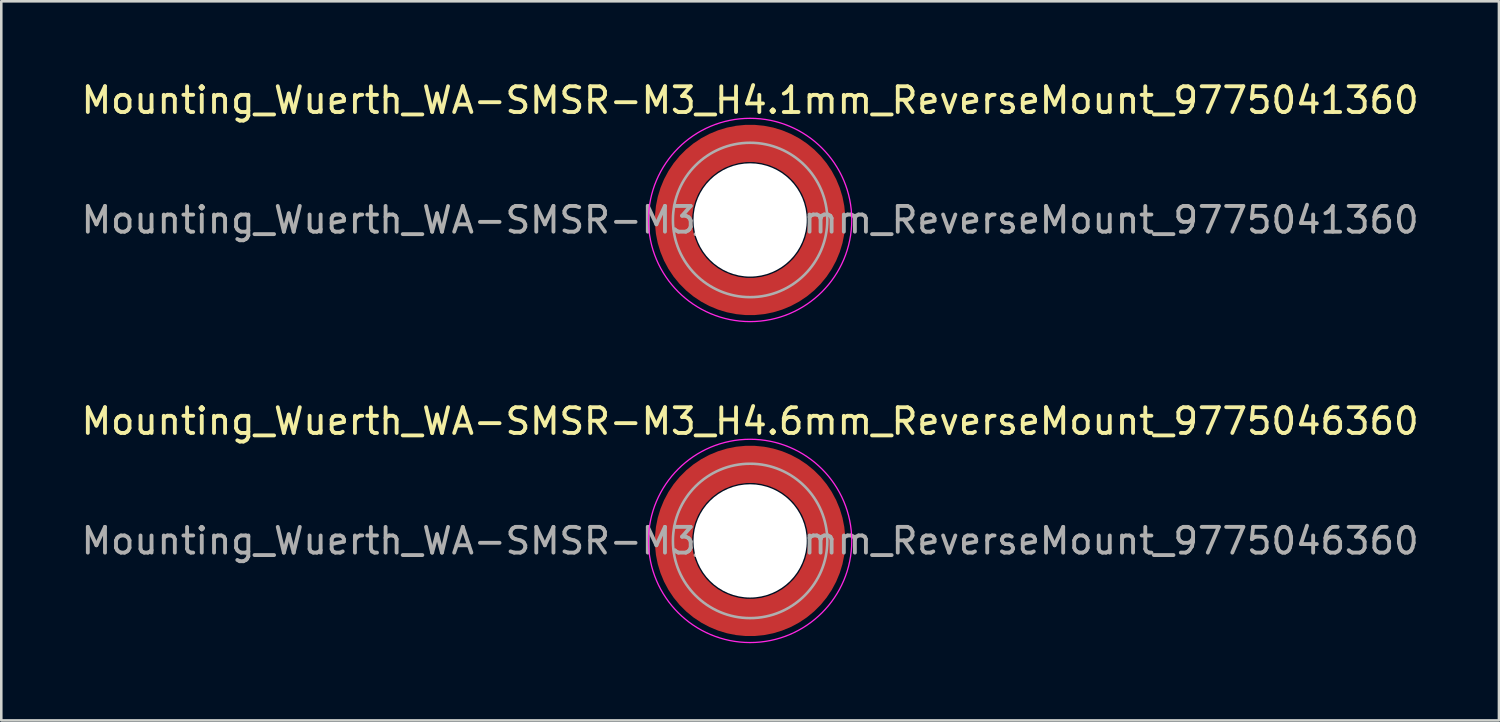
<source format=kicad_pcb>
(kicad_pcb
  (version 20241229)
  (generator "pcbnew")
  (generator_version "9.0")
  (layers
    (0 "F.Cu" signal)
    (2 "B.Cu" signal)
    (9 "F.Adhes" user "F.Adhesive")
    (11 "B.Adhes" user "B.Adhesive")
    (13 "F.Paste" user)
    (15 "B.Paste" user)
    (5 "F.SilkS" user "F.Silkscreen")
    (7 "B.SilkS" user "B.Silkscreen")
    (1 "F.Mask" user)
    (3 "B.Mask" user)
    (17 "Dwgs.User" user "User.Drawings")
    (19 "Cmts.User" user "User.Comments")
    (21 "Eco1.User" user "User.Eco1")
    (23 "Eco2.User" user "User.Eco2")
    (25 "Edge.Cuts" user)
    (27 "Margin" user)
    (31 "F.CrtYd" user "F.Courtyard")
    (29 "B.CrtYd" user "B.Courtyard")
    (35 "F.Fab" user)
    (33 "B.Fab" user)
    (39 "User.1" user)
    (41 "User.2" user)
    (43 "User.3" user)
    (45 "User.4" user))
  (footprint "Mounting_Wuerth_WA-SMSR-M3_H4.1mm_ReverseMount_9775041360"
    (layer "F.Cu")
    (at 26.101 5.498)
    (property "Reference" "Mounting_Wuerth_WA-SMSR-M3_H4.1mm_ReverseMount_9775041360" (at 0 -4.65 0) (layer "F.SilkS") (effects (font (size 1 1) (thickness 0.15))))
    (attr smd)
    (fp_circle (center 0 0) (end 3.95 0) (stroke (width 0.05) (type solid)) (fill no) (layer "F.CrtYd"))
    (fp_circle (center 0 0) (end 3 0) (stroke (width 0.1) (type solid)) (fill no) (layer "F.Fab"))
    (fp_text user "${REFERENCE}" (at 0 0 0) (layer "F.Fab") (effects (font (size 1 1) (thickness 0.15))))
    (pad "" smd custom (at -2.095 -2.095) (size 0.945 0.945) (layers "F.Paste") (options (anchor circle)) (primitives (gr_arc (start -0.24231 1.594804) (mid 0.404104 0.405534) (end 1.592827 -0.241886) (width 0.2)) (gr_arc (start -0.3398 1.594804) (mid 0.335987 0.338711) (end 1.591031 -0.339022) (width 0.2)) (gr_arc (start -0.437132 1.594804) (mid 0.268952 0.270807) (end 1.592231 -0.436623) (width 0.2)) (gr_arc (start -0.534324 1.594804) (mid 0.201345 0.203474) (end 1.591846 -0.53376) (width 0.2)) (gr_arc (start -0.631391 1.594804) (mid 0.134696 0.135183) (end 1.594126 -0.631267) (width 0.2)) (gr_arc (start -0.728345 1.594804) (mid 0.067234 0.067705) (end 1.594149 -0.728229) (width 0.2)) (gr_arc (start -0.825197 1.594804) (mid -0.001218 0.001219) (end 1.591408 -0.824614) (width 0.2)) (gr_arc (start -0.921958 1.594804) (mid -0.068952 -0.065985) (end 1.590665 -0.921269) (width 0.2)) (gr_arc (start -1.018637 1.594804) (mid -0.135972 -0.133907) (end 1.59192 -1.018172) (width 0.2)) (gr_arc (start -1.115239 1.594804) (mid -0.20428 -0.200537) (end 1.589574 -1.11442) (width 0.2)) (gr_arc (start -1.211773 1.594804) (mid -0.26993 -0.269828) (end 1.594662 -1.211751) (width 0.2)) (gr_arc (start -1.308244 1.594804) (mid -0.33911 -0.335587) (end 1.589875 -1.307516) (width 0.2)) (gr_arc (start -1.404657 1.594804) (mid -0.405633 -0.404004) (end 1.592524 -1.404331) (width 0.2)) (gr_arc (start -1.404657 1.594804) (mid -0.405633 -0.404004) (end 1.592524 -1.404331) (width 0.2)) (gr_line (start 1.595 -0.242) (end 1.595 -1.405) (width 0.2)) (gr_line (start -0.242 1.595) (end -1.405 1.595) (width 0.2))))
    (pad "" smd custom (at -2.095 2.095) (size 0.945 0.945) (layers "F.Paste") (options (anchor circle)) (primitives (gr_arc (start 1.594804 0.24231) (mid 0.405534 -0.404104) (end -0.241886 -1.592827) (width 0.2)) (gr_arc (start 1.594804 0.3398) (mid 0.338711 -0.335987) (end -0.339022 -1.591031) (width 0.2)) (gr_arc (start 1.594804 0.437132) (mid 0.270807 -0.268952) (end -0.436623 -1.592231) (width 0.2)) (gr_arc (start 1.594804 0.534324) (mid 0.203474 -0.201345) (end -0.53376 -1.591846) (width 0.2)) (gr_arc (start 1.594804 0.631391) (mid 0.135183 -0.134696) (end -0.631267 -1.594126) (width 0.2)) (gr_arc (start 1.594804 0.728345) (mid 0.067705 -0.067234) (end -0.728229 -1.594149) (width 0.2)) (gr_arc (start 1.594804 0.825197) (mid 0.001219 0.001218) (end -0.824614 -1.591408) (width 0.2)) (gr_arc (start 1.594804 0.921958) (mid -0.065985 0.068952) (end -0.921269 -1.590665) (width 0.2)) (gr_arc (start 1.594804 1.018637) (mid -0.133907 0.135972) (end -1.018172 -1.59192) (width 0.2)) (gr_arc (start 1.594804 1.115239) (mid -0.200537 0.20428) (end -1.11442 -1.589574) (width 0.2)) (gr_arc (start 1.594804 1.211773) (mid -0.269828 0.26993) (end -1.211751 -1.594662) (width 0.2)) (gr_arc (start 1.594804 1.308244) (mid -0.335587 0.33911) (end -1.307516 -1.589875) (width 0.2)) (gr_arc (start 1.594804 1.404657) (mid -0.404004 0.405633) (end -1.404331 -1.592524) (width 0.2)) (gr_arc (start 1.594804 1.404657) (mid -0.404004 0.405633) (end -1.404331 -1.592524) (width 0.2)) (gr_line (start -0.242 -1.595) (end -1.405 -1.595) (width 0.2)) (gr_line (start 1.595 0.242) (end 1.595 1.405) (width 0.2))))
    (pad "" np_thru_hole circle (at 0 0) (size 4.4 4.4) (drill 4.4) (layers "*.Cu" "*.Mask"))
    (pad "" smd custom (at 2.095 -2.095) (size 0.945 0.945) (layers "F.Paste") (options (anchor circle)) (primitives (gr_arc (start -1.594804 -0.24231) (mid -0.405534 0.404104) (end 0.241886 1.592827) (width 0.2)) (gr_arc (start -1.594804 -0.3398) (mid -0.338711 0.335987) (end 0.339022 1.591031) (width 0.2)) (gr_arc (start -1.594804 -0.437132) (mid -0.270807 0.268952) (end 0.436623 1.592231) (width 0.2)) (gr_arc (start -1.594804 -0.534324) (mid -0.203474 0.201345) (end 0.53376 1.591846) (width 0.2)) (gr_arc (start -1.594804 -0.631391) (mid -0.135183 0.134696) (end 0.631267 1.594126) (width 0.2)) (gr_arc (start -1.594804 -0.728345) (mid -0.067705 0.067234) (end 0.728229 1.594149) (width 0.2)) (gr_arc (start -1.594804 -0.825197) (mid -0.001219 -0.001218) (end 0.824614 1.591408) (width 0.2)) (gr_arc (start -1.594804 -0.921958) (mid 0.065985 -0.068952) (end 0.921269 1.590665) (width 0.2)) (gr_arc (start -1.594804 -1.018637) (mid 0.133907 -0.135972) (end 1.018172 1.59192) (width 0.2)) (gr_arc (start -1.594804 -1.115239) (mid 0.200537 -0.20428) (end 1.11442 1.589574) (width 0.2)) (gr_arc (start -1.594804 -1.211773) (mid 0.269828 -0.26993) (end 1.211751 1.594662) (width 0.2)) (gr_arc (start -1.594804 -1.308244) (mid 0.335587 -0.33911) (end 1.307516 1.589875) (width 0.2)) (gr_arc (start -1.594804 -1.404657) (mid 0.404004 -0.405633) (end 1.404331 1.592524) (width 0.2)) (gr_arc (start -1.594804 -1.404657) (mid 0.404004 -0.405633) (end 1.404331 1.592524) (width 0.2)) (gr_line (start 0.242 1.595) (end 1.405 1.595) (width 0.2)) (gr_line (start -1.595 -0.242) (end -1.595 -1.405) (width 0.2))))
    (pad "" smd custom (at 2.095 2.095) (size 0.945 0.945) (layers "F.Paste") (options (anchor circle)) (primitives (gr_arc (start 0.24231 -1.594804) (mid -0.404104 -0.405534) (end -1.592827 0.241886) (width 0.2)) (gr_arc (start 0.3398 -1.594804) (mid -0.335987 -0.338711) (end -1.591031 0.339022) (width 0.2)) (gr_arc (start 0.437132 -1.594804) (mid -0.268952 -0.270807) (end -1.592231 0.436623) (width 0.2)) (gr_arc (start 0.534324 -1.594804) (mid -0.201345 -0.203474) (end -1.591846 0.53376) (width 0.2)) (gr_arc (start 0.631391 -1.594804) (mid -0.134696 -0.135183) (end -1.594126 0.631267) (width 0.2)) (gr_arc (start 0.728345 -1.594804) (mid -0.067234 -0.067705) (end -1.594149 0.728229) (width 0.2)) (gr_arc (start 0.825197 -1.594804) (mid 0.001218 -0.001219) (end -1.591408 0.824614) (width 0.2)) (gr_arc (start 0.921958 -1.594804) (mid 0.068952 0.065985) (end -1.590665 0.921269) (width 0.2)) (gr_arc (start 1.018637 -1.594804) (mid 0.135972 0.133907) (end -1.59192 1.018172) (width 0.2)) (gr_arc (start 1.115239 -1.594804) (mid 0.20428 0.200537) (end -1.589574 1.11442) (width 0.2)) (gr_arc (start 1.211773 -1.594804) (mid 0.26993 0.269828) (end -1.594662 1.211751) (width 0.2)) (gr_arc (start 1.308244 -1.594804) (mid 0.33911 0.335587) (end -1.589875 1.307516) (width 0.2)) (gr_arc (start 1.404657 -1.594804) (mid 0.405633 0.404004) (end -1.592524 1.404331) (width 0.2)) (gr_arc (start 1.404657 -1.594804) (mid 0.405633 0.404004) (end -1.592524 1.404331) (width 0.2)) (gr_line (start -1.595 0.242) (end -1.595 1.405) (width 0.2)) (gr_line (start 0.242 -1.595) (end 1.405 -1.595) (width 0.2))))
    (pad "1" smd circle (at -2.975 0) (size 1.05 1.05) (layers "F.Cu"))
    (pad "1" smd circle (at 0 -2.975) (size 1.05 1.05) (layers "F.Cu"))
    (pad "1" smd circle (at 0 2.975) (size 1.05 1.05) (layers "F.Cu"))
    (pad "1" smd custom (at 2.975 0) (size 1.05 1.05) (layers "F.Cu" "F.Mask") (options (anchor circle)) (primitives (gr_circle (center -2.975 0) (end 0 0) (width 1.45) (fill no)))))
  (footprint "Mounting_Wuerth_WA-SMSR-M3_H4.6mm_ReverseMount_9775046360"
    (layer "F.Cu")
    (at 26.101 17.971)
    (property "Reference" "Mounting_Wuerth_WA-SMSR-M3_H4.6mm_ReverseMount_9775046360" (at 0 -4.65 0) (layer "F.SilkS") (effects (font (size 1 1) (thickness 0.15))))
    (attr smd)
    (fp_circle (center 0 0) (end 3.95 0) (stroke (width 0.05) (type solid)) (fill no) (layer "F.CrtYd"))
    (fp_circle (center 0 0) (end 3 0) (stroke (width 0.1) (type solid)) (fill no) (layer "F.Fab"))
    (fp_text user "${REFERENCE}" (at 0 0 0) (layer "F.Fab") (effects (font (size 1 1) (thickness 0.15))))
    (pad "" smd custom (at -2.095 -2.095) (size 0.945 0.945) (layers "F.Paste") (options (anchor circle)) (primitives (gr_arc (start -0.24231 1.594804) (mid 0.404104 0.405534) (end 1.592827 -0.241886) (width 0.2)) (gr_arc (start -0.3398 1.594804) (mid 0.335987 0.338711) (end 1.591031 -0.339022) (width 0.2)) (gr_arc (start -0.437132 1.594804) (mid 0.268952 0.270807) (end 1.592231 -0.436623) (width 0.2)) (gr_arc (start -0.534324 1.594804) (mid 0.201345 0.203474) (end 1.591846 -0.53376) (width 0.2)) (gr_arc (start -0.631391 1.594804) (mid 0.134696 0.135183) (end 1.594126 -0.631267) (width 0.2)) (gr_arc (start -0.728345 1.594804) (mid 0.067234 0.067705) (end 1.594149 -0.728229) (width 0.2)) (gr_arc (start -0.825197 1.594804) (mid -0.001218 0.001219) (end 1.591408 -0.824614) (width 0.2)) (gr_arc (start -0.921958 1.594804) (mid -0.068952 -0.065985) (end 1.590665 -0.921269) (width 0.2)) (gr_arc (start -1.018637 1.594804) (mid -0.135972 -0.133907) (end 1.59192 -1.018172) (width 0.2)) (gr_arc (start -1.115239 1.594804) (mid -0.20428 -0.200537) (end 1.589574 -1.11442) (width 0.2)) (gr_arc (start -1.211773 1.594804) (mid -0.26993 -0.269828) (end 1.594662 -1.211751) (width 0.2)) (gr_arc (start -1.308244 1.594804) (mid -0.33911 -0.335587) (end 1.589875 -1.307516) (width 0.2)) (gr_arc (start -1.404657 1.594804) (mid -0.405633 -0.404004) (end 1.592524 -1.404331) (width 0.2)) (gr_arc (start -1.404657 1.594804) (mid -0.405633 -0.404004) (end 1.592524 -1.404331) (width 0.2)) (gr_line (start 1.595 -0.242) (end 1.595 -1.405) (width 0.2)) (gr_line (start -0.242 1.595) (end -1.405 1.595) (width 0.2))))
    (pad "" smd custom (at -2.095 2.095) (size 0.945 0.945) (layers "F.Paste") (options (anchor circle)) (primitives (gr_arc (start 1.594804 0.24231) (mid 0.405534 -0.404104) (end -0.241886 -1.592827) (width 0.2)) (gr_arc (start 1.594804 0.3398) (mid 0.338711 -0.335987) (end -0.339022 -1.591031) (width 0.2)) (gr_arc (start 1.594804 0.437132) (mid 0.270807 -0.268952) (end -0.436623 -1.592231) (width 0.2)) (gr_arc (start 1.594804 0.534324) (mid 0.203474 -0.201345) (end -0.53376 -1.591846) (width 0.2)) (gr_arc (start 1.594804 0.631391) (mid 0.135183 -0.134696) (end -0.631267 -1.594126) (width 0.2)) (gr_arc (start 1.594804 0.728345) (mid 0.067705 -0.067234) (end -0.728229 -1.594149) (width 0.2)) (gr_arc (start 1.594804 0.825197) (mid 0.001219 0.001218) (end -0.824614 -1.591408) (width 0.2)) (gr_arc (start 1.594804 0.921958) (mid -0.065985 0.068952) (end -0.921269 -1.590665) (width 0.2)) (gr_arc (start 1.594804 1.018637) (mid -0.133907 0.135972) (end -1.018172 -1.59192) (width 0.2)) (gr_arc (start 1.594804 1.115239) (mid -0.200537 0.20428) (end -1.11442 -1.589574) (width 0.2)) (gr_arc (start 1.594804 1.211773) (mid -0.269828 0.26993) (end -1.211751 -1.594662) (width 0.2)) (gr_arc (start 1.594804 1.308244) (mid -0.335587 0.33911) (end -1.307516 -1.589875) (width 0.2)) (gr_arc (start 1.594804 1.404657) (mid -0.404004 0.405633) (end -1.404331 -1.592524) (width 0.2)) (gr_arc (start 1.594804 1.404657) (mid -0.404004 0.405633) (end -1.404331 -1.592524) (width 0.2)) (gr_line (start -0.242 -1.595) (end -1.405 -1.595) (width 0.2)) (gr_line (start 1.595 0.242) (end 1.595 1.405) (width 0.2))))
    (pad "" np_thru_hole circle (at 0 0) (size 4.4 4.4) (drill 4.4) (layers "*.Cu" "*.Mask"))
    (pad "" smd custom (at 2.095 -2.095) (size 0.945 0.945) (layers "F.Paste") (options (anchor circle)) (primitives (gr_arc (start -1.594804 -0.24231) (mid -0.405534 0.404104) (end 0.241886 1.592827) (width 0.2)) (gr_arc (start -1.594804 -0.3398) (mid -0.338711 0.335987) (end 0.339022 1.591031) (width 0.2)) (gr_arc (start -1.594804 -0.437132) (mid -0.270807 0.268952) (end 0.436623 1.592231) (width 0.2)) (gr_arc (start -1.594804 -0.534324) (mid -0.203474 0.201345) (end 0.53376 1.591846) (width 0.2)) (gr_arc (start -1.594804 -0.631391) (mid -0.135183 0.134696) (end 0.631267 1.594126) (width 0.2)) (gr_arc (start -1.594804 -0.728345) (mid -0.067705 0.067234) (end 0.728229 1.594149) (width 0.2)) (gr_arc (start -1.594804 -0.825197) (mid -0.001219 -0.001218) (end 0.824614 1.591408) (width 0.2)) (gr_arc (start -1.594804 -0.921958) (mid 0.065985 -0.068952) (end 0.921269 1.590665) (width 0.2)) (gr_arc (start -1.594804 -1.018637) (mid 0.133907 -0.135972) (end 1.018172 1.59192) (width 0.2)) (gr_arc (start -1.594804 -1.115239) (mid 0.200537 -0.20428) (end 1.11442 1.589574) (width 0.2)) (gr_arc (start -1.594804 -1.211773) (mid 0.269828 -0.26993) (end 1.211751 1.594662) (width 0.2)) (gr_arc (start -1.594804 -1.308244) (mid 0.335587 -0.33911) (end 1.307516 1.589875) (width 0.2)) (gr_arc (start -1.594804 -1.404657) (mid 0.404004 -0.405633) (end 1.404331 1.592524) (width 0.2)) (gr_arc (start -1.594804 -1.404657) (mid 0.404004 -0.405633) (end 1.404331 1.592524) (width 0.2)) (gr_line (start 0.242 1.595) (end 1.405 1.595) (width 0.2)) (gr_line (start -1.595 -0.242) (end -1.595 -1.405) (width 0.2))))
    (pad "" smd custom (at 2.095 2.095) (size 0.945 0.945) (layers "F.Paste") (options (anchor circle)) (primitives (gr_arc (start 0.24231 -1.594804) (mid -0.404104 -0.405534) (end -1.592827 0.241886) (width 0.2)) (gr_arc (start 0.3398 -1.594804) (mid -0.335987 -0.338711) (end -1.591031 0.339022) (width 0.2)) (gr_arc (start 0.437132 -1.594804) (mid -0.268952 -0.270807) (end -1.592231 0.436623) (width 0.2)) (gr_arc (start 0.534324 -1.594804) (mid -0.201345 -0.203474) (end -1.591846 0.53376) (width 0.2)) (gr_arc (start 0.631391 -1.594804) (mid -0.134696 -0.135183) (end -1.594126 0.631267) (width 0.2)) (gr_arc (start 0.728345 -1.594804) (mid -0.067234 -0.067705) (end -1.594149 0.728229) (width 0.2)) (gr_arc (start 0.825197 -1.594804) (mid 0.001218 -0.001219) (end -1.591408 0.824614) (width 0.2)) (gr_arc (start 0.921958 -1.594804) (mid 0.068952 0.065985) (end -1.590665 0.921269) (width 0.2)) (gr_arc (start 1.018637 -1.594804) (mid 0.135972 0.133907) (end -1.59192 1.018172) (width 0.2)) (gr_arc (start 1.115239 -1.594804) (mid 0.20428 0.200537) (end -1.589574 1.11442) (width 0.2)) (gr_arc (start 1.211773 -1.594804) (mid 0.26993 0.269828) (end -1.594662 1.211751) (width 0.2)) (gr_arc (start 1.308244 -1.594804) (mid 0.33911 0.335587) (end -1.589875 1.307516) (width 0.2)) (gr_arc (start 1.404657 -1.594804) (mid 0.405633 0.404004) (end -1.592524 1.404331) (width 0.2)) (gr_arc (start 1.404657 -1.594804) (mid 0.405633 0.404004) (end -1.592524 1.404331) (width 0.2)) (gr_line (start -1.595 0.242) (end -1.595 1.405) (width 0.2)) (gr_line (start 0.242 -1.595) (end 1.405 -1.595) (width 0.2))))
    (pad "1" smd circle (at -2.975 0) (size 1.05 1.05) (layers "F.Cu"))
    (pad "1" smd circle (at 0 -2.975) (size 1.05 1.05) (layers "F.Cu"))
    (pad "1" smd circle (at 0 2.975) (size 1.05 1.05) (layers "F.Cu"))
    (pad "1" smd custom (at 2.975 0) (size 1.05 1.05) (layers "F.Cu" "F.Mask") (options (anchor circle)) (primitives (gr_circle (center -2.975 0) (end 0 0) (width 1.45) (fill no)))))
  (gr_rect
    (start -3 -3)
    (end 55.202 24.947)
    (stroke (width 0.1) (type default))
    (fill no)
    (layer "Edge.Cuts")))
</source>
